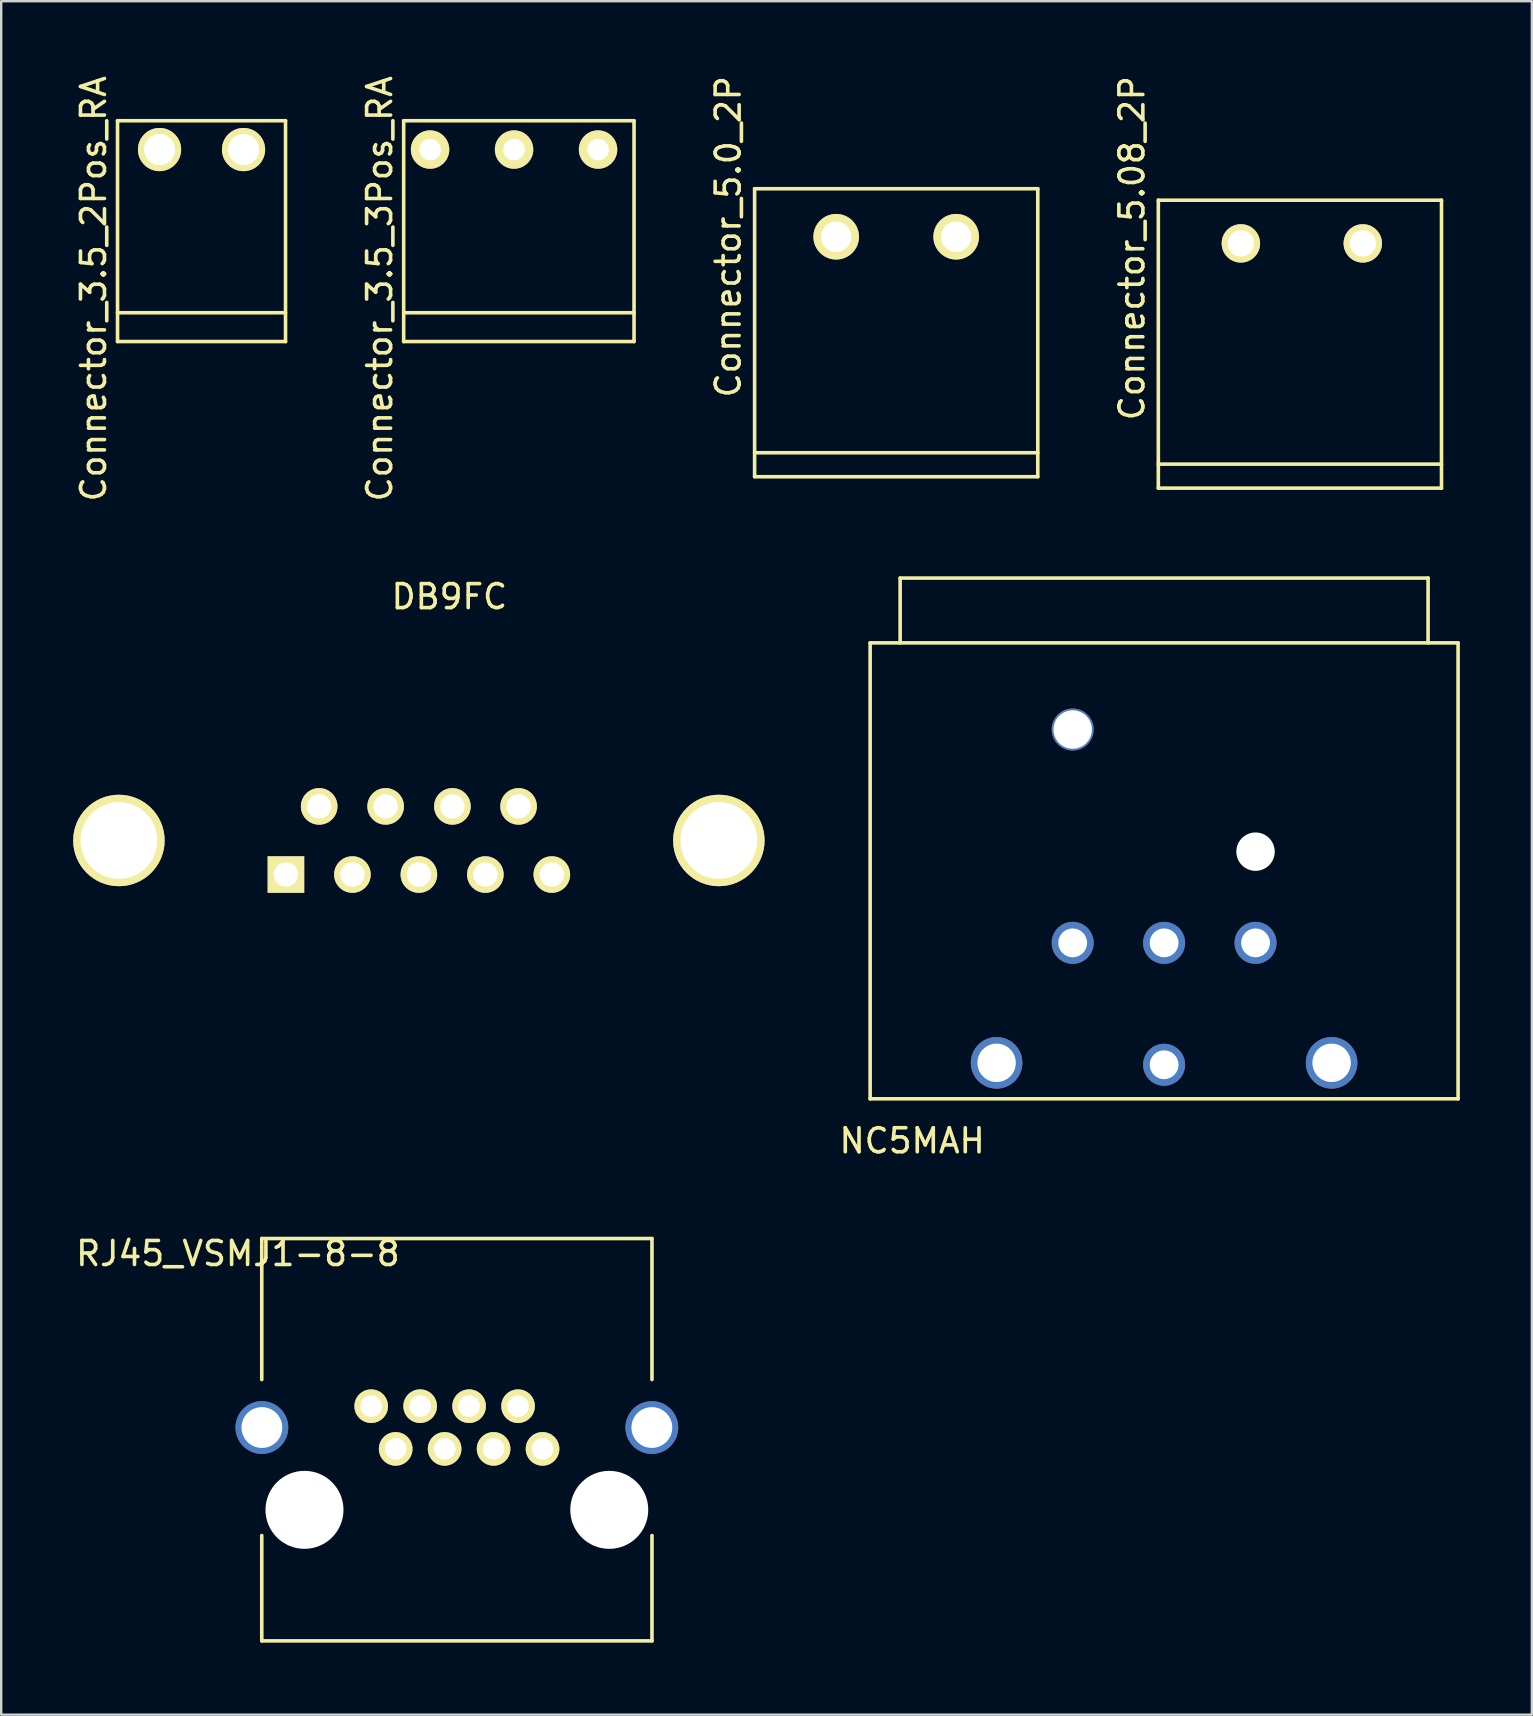
<source format=kicad_pcb>
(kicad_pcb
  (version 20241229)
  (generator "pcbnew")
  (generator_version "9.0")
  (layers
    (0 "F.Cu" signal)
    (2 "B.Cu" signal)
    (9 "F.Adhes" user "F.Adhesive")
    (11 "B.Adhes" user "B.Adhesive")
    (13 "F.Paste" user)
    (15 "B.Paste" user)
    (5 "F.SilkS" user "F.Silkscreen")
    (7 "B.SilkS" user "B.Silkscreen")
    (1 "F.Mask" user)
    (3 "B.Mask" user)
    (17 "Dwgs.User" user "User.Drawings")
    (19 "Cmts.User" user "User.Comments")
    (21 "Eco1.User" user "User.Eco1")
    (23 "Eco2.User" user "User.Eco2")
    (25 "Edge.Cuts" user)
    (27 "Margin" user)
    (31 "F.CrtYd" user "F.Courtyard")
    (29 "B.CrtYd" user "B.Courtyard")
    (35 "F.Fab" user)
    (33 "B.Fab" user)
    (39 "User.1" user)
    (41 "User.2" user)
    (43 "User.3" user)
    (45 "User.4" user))
  (footprint "NC5MAH"
    (layer "F.Cu")
    (at 45.459 36.239)
    (property "Reference" "NC5MAH" (at -10.5 8.25 0) (layer "F.SilkS") (effects (font (size 1 1) (thickness 0.15))))
    (attr through_hole)
    (fp_line (start -12.25 -12.5) (end 12.25 -12.5) (stroke (width 0.15) (type solid)) (layer "F.SilkS"))
    (fp_line (start -12.25 6.5) (end -12.25 -12.5) (stroke (width 0.15) (type solid)) (layer "F.SilkS"))
    (fp_line (start -12.25 6.5) (end 12.25 6.5) (stroke (width 0.15) (type solid)) (layer "F.SilkS"))
    (fp_line (start -11 -15.2) (end 11 -15.2) (stroke (width 0.15) (type solid)) (layer "F.SilkS"))
    (fp_line (start -11 -12.5) (end -11 -15.2) (stroke (width 0.15) (type solid)) (layer "F.SilkS"))
    (fp_line (start 11 -12.5) (end 11 -15.2) (stroke (width 0.15) (type solid)) (layer "F.SilkS"))
    (fp_line (start 12.25 -12.5) (end 12.25 6.5) (stroke (width 0.15) (type solid)) (layer "F.SilkS"))
    (pad "" np_thru_hole circle (at -3.81 -8.89) (size 1.75 1.75) (drill 1.6) (layers "*.Cu" "*.Mask"))
    (pad "" np_thru_hole circle (at 3.81 -3.8) (size 1.6 1.6) (drill 1.6) (layers "*.Cu" "*.Mask"))
    (pad "1" thru_hole circle (at 6.98 5) (size 2.15 2.15) (drill 1.6) (layers "*.Cu" "*.Mask"))
    (pad "2" thru_hole circle (at 3.81 0) (size 1.75 1.75) (drill 1.2) (layers "*.Cu" "*.Mask"))
    (pad "3" thru_hole circle (at 0 5.08) (size 1.75 1.75) (drill 1.2) (layers "*.Cu" "*.Mask"))
    (pad "4" thru_hole circle (at -3.81 0) (size 1.75 1.75) (drill 1.2) (layers "*.Cu" "*.Mask"))
    (pad "5" thru_hole circle (at -6.98 5) (size 2.15 2.15) (drill 1.6) (layers "*.Cu" "*.Mask"))
    (pad "G" thru_hole circle (at 0 0) (size 1.75 1.75) (drill 1.2) (layers "*.Cu" "*.Mask")))
  (footprint "DB9FC"
    (layer "F.Cu")
    (at 14.405 31.973)
    (property "Reference" "DB9FC" (at 1.27 -10.16 0) (layer "F.SilkS") (effects (font (size 1 1) (thickness 0.15))))
    (attr through_hole)
    (pad "" thru_hole circle (at -12.5 0) (size 3.81 3.81) (drill 3.2) (layers "*.Cu" "*.Mask" "F.SilkS"))
    (pad "" thru_hole circle (at 12.5 0) (size 3.81 3.81) (drill 3.2) (layers "*.Cu" "*.Mask" "F.SilkS"))
    (pad "1" thru_hole rect (at -5.54 1.42) (size 1.524 1.524) (drill 1.016) (layers "*.Cu" "*.Mask" "F.SilkS"))
    (pad "2" thru_hole circle (at -2.77 1.42) (size 1.524 1.524) (drill 1.016) (layers "*.Cu" "*.Mask" "F.SilkS"))
    (pad "3" thru_hole circle (at 0 1.42) (size 1.524 1.524) (drill 1.016) (layers "*.Cu" "*.Mask" "F.SilkS"))
    (pad "4" thru_hole circle (at 2.77 1.42) (size 1.524 1.524) (drill 1.016) (layers "*.Cu" "*.Mask" "F.SilkS"))
    (pad "5" thru_hole circle (at 5.54 1.42) (size 1.524 1.524) (drill 1.016) (layers "*.Cu" "*.Mask" "F.SilkS"))
    (pad "6" thru_hole circle (at -4.155 -1.42) (size 1.524 1.524) (drill 1.016) (layers "*.Cu" "*.Mask" "F.SilkS"))
    (pad "7" thru_hole circle (at -1.385 -1.42) (size 1.524 1.524) (drill 1.016) (layers "*.Cu" "*.Mask" "F.SilkS"))
    (pad "8" thru_hole circle (at 1.397 -1.42) (size 1.524 1.524) (drill 1.016) (layers "*.Cu" "*.Mask" "F.SilkS"))
    (pad "9" thru_hole circle (at 4.155 -1.42) (size 1.524 1.524) (drill 1.016) (layers "*.Cu" "*.Mask" "F.SilkS")))
  (footprint "Connector_3.5_3Pos_RA"
    (layer "F.Cu")
    (at 13.771 1.982)
    (property "Reference" "Connector_3.5_3Pos_RA" (at -1 7 90) (layer "F.SilkS") (effects (font (size 1 1) (thickness 0.15))))
    (attr through_hole)
    (fp_line (start 0 0) (end 9.6 0) (stroke (width 0.15) (type solid)) (layer "F.SilkS"))
    (fp_line (start 0 9.2) (end 0 0) (stroke (width 0.15) (type solid)) (layer "F.SilkS"))
    (fp_line (start 9.6 0) (end 9.6 9.2) (stroke (width 0.15) (type solid)) (layer "F.SilkS"))
    (fp_line (start 9.6 8) (end 0 8) (stroke (width 0.15) (type solid)) (layer "F.SilkS"))
    (fp_line (start 9.6 9.2) (end 0 9.2) (stroke (width 0.15) (type solid)) (layer "F.SilkS"))
    (pad "1" thru_hole circle (at 1.1 1.2) (size 1.6 1.6) (drill 0.9) (layers "*.Cu" "*.Mask" "F.SilkS"))
    (pad "2" thru_hole circle (at 4.6 1.2) (size 1.6 1.6) (drill 0.9) (layers "*.Cu" "*.Mask" "F.SilkS"))
    (pad "3" thru_hole circle (at 8.1 1.2) (size 1.6 1.6) (drill 0.9) (layers "*.Cu" "*.Mask" "F.SilkS")))
  (footprint "Connector_3.5_2Pos_RA"
    (layer "F.Cu")
    (at 5.348 1.982)
    (property "Reference" "Connector_3.5_2Pos_RA" (at -4.5 7 90) (layer "F.SilkS") (effects (font (size 1 1) (thickness 0.15))))
    (attr through_hole)
    (fp_line (start -3.5 0) (end 3.5 0) (stroke (width 0.15) (type solid)) (layer "F.SilkS"))
    (fp_line (start -3.5 8) (end 3.5 8) (stroke (width 0.15) (type solid)) (layer "F.SilkS"))
    (fp_line (start -3.5 9.2) (end -3.5 0) (stroke (width 0.15) (type solid)) (layer "F.SilkS"))
    (fp_line (start -3.5 9.2) (end 3.5 9.2) (stroke (width 0.15) (type solid)) (layer "F.SilkS"))
    (fp_line (start 3.5 0) (end 3.5 9.2) (stroke (width 0.15) (type solid)) (layer "F.SilkS"))
    (pad "1" thru_hole circle (at -1.75 1.2) (size 1.8 1.8) (drill 1.3) (layers "*.Cu" "*.Mask" "F.SilkS"))
    (pad "2" thru_hole circle (at 1.75 1.2) (size 1.8 1.8) (drill 1.3) (layers "*.Cu" "*.Mask" "F.SilkS")))
  (footprint "Connector_5.0_2P"
    (layer "F.Cu")
    (at 34.295 6.815)
    (property "Reference" "Connector_5.0_2P" (at -7 0 90) (layer "F.SilkS") (effects (font (size 1 1) (thickness 0.15))))
    (attr through_hole)
    (fp_line (start -5.9 -2) (end -5.9 10) (stroke (width 0.15) (type solid)) (layer "F.SilkS"))
    (fp_line (start -5.9 -2) (end 5.9 -2) (stroke (width 0.15) (type solid)) (layer "F.SilkS"))
    (fp_line (start -5.9 9) (end 5.9 9) (stroke (width 0.15) (type solid)) (layer "F.SilkS"))
    (fp_line (start -5.9 10) (end 5.9 10) (stroke (width 0.15) (type solid)) (layer "F.SilkS"))
    (fp_line (start 5.9 10) (end 5.9 -2) (stroke (width 0.15) (type solid)) (layer "F.SilkS"))
    (pad "1" thru_hole circle (at -2.5 0) (size 1.9 1.9) (drill 1.27) (layers "*.Cu" "*.Mask" "F.SilkS"))
    (pad "2" thru_hole circle (at 2.5 0) (size 1.9 1.9) (drill 1.27) (layers "*.Cu" "*.Mask" "F.SilkS")))
  (footprint "RJ45_VSMJ1-8-8"
    (layer "F.Cu")
    (at 15.988 56.436)
    (property "Reference" "RJ45_VSMJ1-8-8" (at -9.125 -7.25 0) (layer "F.SilkS") (effects (font (size 1 1) (thickness 0.15))))
    (attr through_hole)
    (fp_line (start -8.13 -7.875) (end -8.13 -2) (stroke (width 0.15) (type solid)) (layer "F.SilkS"))
    (fp_line (start -8.13 8.89) (end -8.13 4.5) (stroke (width 0.15) (type solid)) (layer "F.SilkS"))
    (fp_line (start 8.13 -7.875) (end -8.13 -7.875) (stroke (width 0.15) (type solid)) (layer "F.SilkS"))
    (fp_line (start 8.13 -7.875) (end 8.13 -2) (stroke (width 0.15) (type solid)) (layer "F.SilkS"))
    (fp_line (start 8.13 4.5) (end 8.13 8.89) (stroke (width 0.15) (type solid)) (layer "F.SilkS"))
    (fp_line (start 8.13 8.89) (end -8.13 8.89) (stroke (width 0.15) (type solid)) (layer "F.SilkS"))
    (pad "" np_thru_hole circle (at -8.125 0) (size 2.2 2.2) (drill 1.7) (layers "*.Cu" "*.Mask"))
    (pad "" np_thru_hole circle (at -6.35 3.43) (size 3.25 3.25) (drill 3.25) (layers "*.Cu" "*.Mask"))
    (pad "" np_thru_hole circle (at 6.35 3.43) (size 3.25 3.25) (drill 3.25) (layers "*.Cu" "*.Mask"))
    (pad "" np_thru_hole circle (at 8.125 0) (size 2.2 2.2) (drill 1.7) (layers "*.Cu" "*.Mask"))
    (pad "1" thru_hole circle (at 3.57 0.89) (size 1.4 1.4) (drill 0.9) (layers "*.Cu" "*.Mask" "F.SilkS"))
    (pad "2" thru_hole circle (at 2.55 -0.89) (size 1.4 1.4) (drill 0.9) (layers "*.Cu" "*.Mask" "F.SilkS"))
    (pad "3" thru_hole circle (at 1.53 0.89) (size 1.4 1.4) (drill 0.9) (layers "*.Cu" "*.Mask" "F.SilkS"))
    (pad "4" thru_hole circle (at 0.51 -0.89) (size 1.4 1.4) (drill 0.9) (layers "*.Cu" "*.Mask" "F.SilkS"))
    (pad "5" thru_hole circle (at -0.51 0.89) (size 1.4 1.4) (drill 0.9) (layers "*.Cu" "*.Mask" "F.SilkS"))
    (pad "6" thru_hole circle (at -1.53 -0.89) (size 1.4 1.4) (drill 0.9) (layers "*.Cu" "*.Mask" "F.SilkS"))
    (pad "7" thru_hole circle (at -2.55 0.89) (size 1.4 1.4) (drill 0.9) (layers "*.Cu" "*.Mask" "F.SilkS"))
    (pad "8" thru_hole circle (at -3.57 -0.89) (size 1.4 1.4) (drill 0.9) (layers "*.Cu" "*.Mask" "F.SilkS")))
  (footprint "Connector_5.08_2P"
    (layer "F.Cu")
    (at 51.118 7.292)
    (property "Reference" "Connector_5.08_2P" (at -7 0 90) (layer "F.SilkS") (effects (font (size 1 1) (thickness 0.15))))
    (attr through_hole)
    (fp_line (start -5.9 -2) (end -5.9 10) (stroke (width 0.15) (type solid)) (layer "F.SilkS"))
    (fp_line (start -5.9 -2) (end 5.9 -2) (stroke (width 0.15) (type solid)) (layer "F.SilkS"))
    (fp_line (start -5.9 9) (end 5.9 9) (stroke (width 0.15) (type solid)) (layer "F.SilkS"))
    (fp_line (start -5.9 10) (end 5.9 10) (stroke (width 0.15) (type solid)) (layer "F.SilkS"))
    (fp_line (start 5.9 10) (end 5.9 -2) (stroke (width 0.15) (type solid)) (layer "F.SilkS"))
    (pad "1" thru_hole circle (at -2.46 -0.2) (size 1.6 1.6) (drill 1.1) (layers "*.Cu" "*.Mask" "F.SilkS"))
    (pad "2" thru_hole circle (at 2.62 -0.2) (size 1.6 1.6) (drill 1.1) (layers "*.Cu" "*.Mask" "F.SilkS")))
  (gr_rect
    (start -3 -3)
    (end 60.784 68.401)
    (stroke (width 0.1) (type default))
    (fill no)
    (layer "Edge.Cuts")))
</source>
